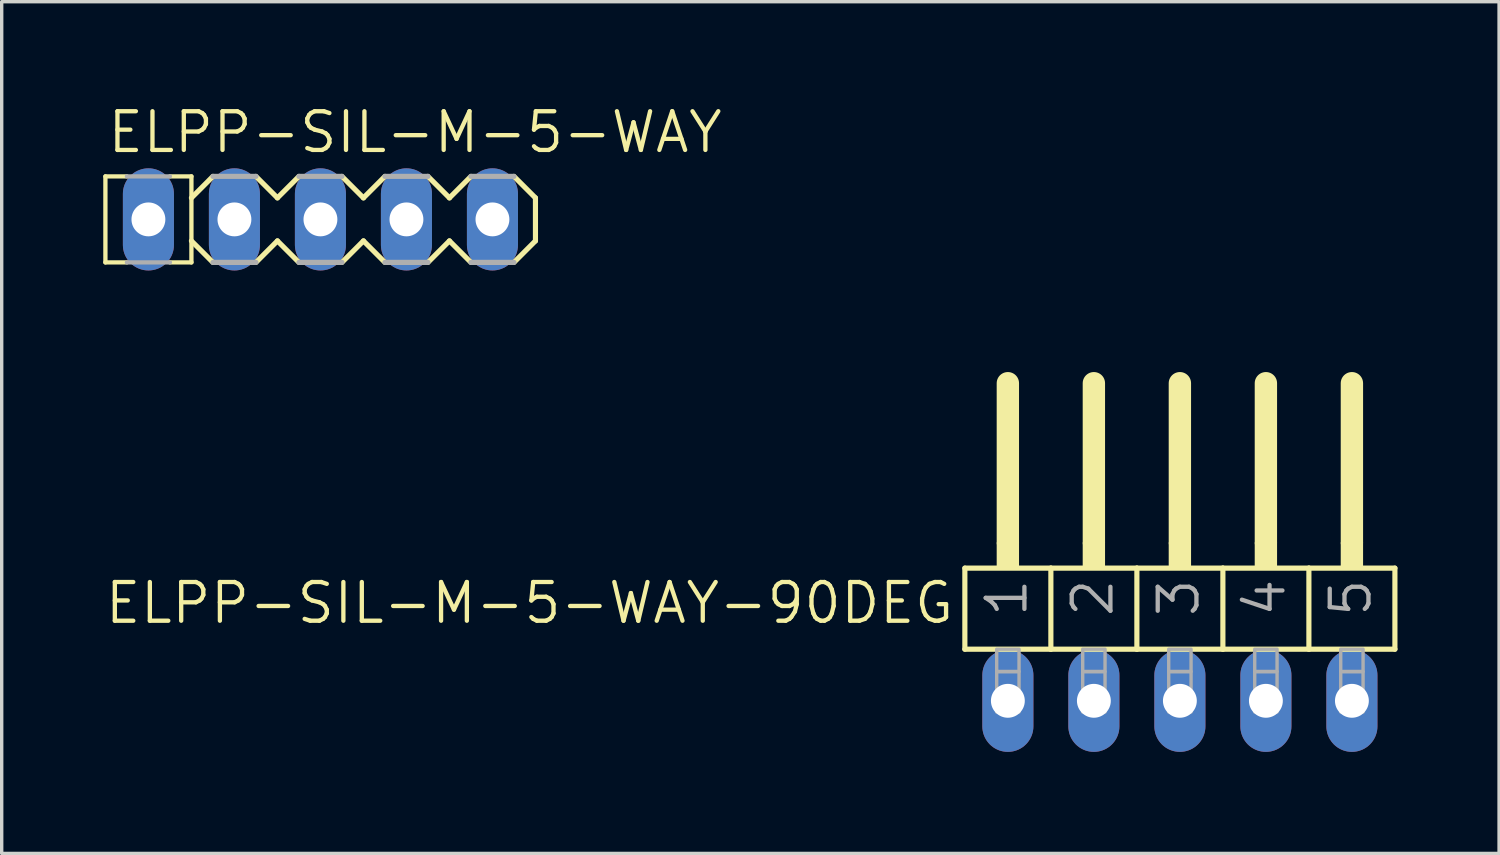
<source format=kicad_pcb>
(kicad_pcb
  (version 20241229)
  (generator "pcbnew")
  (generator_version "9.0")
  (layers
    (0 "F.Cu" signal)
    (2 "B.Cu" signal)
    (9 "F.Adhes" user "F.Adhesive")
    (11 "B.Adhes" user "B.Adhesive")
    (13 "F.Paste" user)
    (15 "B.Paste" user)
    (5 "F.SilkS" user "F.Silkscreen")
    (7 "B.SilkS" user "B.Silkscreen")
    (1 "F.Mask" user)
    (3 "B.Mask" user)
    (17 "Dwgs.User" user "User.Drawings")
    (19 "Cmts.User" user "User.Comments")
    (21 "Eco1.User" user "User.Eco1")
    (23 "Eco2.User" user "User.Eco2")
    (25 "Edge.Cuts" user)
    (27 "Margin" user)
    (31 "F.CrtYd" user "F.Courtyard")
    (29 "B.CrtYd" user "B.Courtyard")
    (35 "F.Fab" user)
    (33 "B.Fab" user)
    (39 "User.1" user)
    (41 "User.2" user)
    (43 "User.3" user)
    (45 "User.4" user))
  (footprint "ELPP-SIL-M-5-WAY"
    (layer "F.Cu")
    (at 6.413 3.429)
    (property "Reference" "ELPP-SIL-M-5-WAY" (at -6.35 -1.905 0) (unlocked yes) (layer "F.SilkS") (effects (font (size 1.143 1.143) (thickness 0.127)) (justify left bottom)))
    (fp_line (start -6.35 -1.27) (end -6.35 1.27) (stroke (width 0.127) (type solid)) (layer "F.SilkS"))
    (fp_line (start -6.35 -1.27) (end -5.715 -1.27) (stroke (width 0.127) (type solid)) (layer "F.SilkS"))
    (fp_line (start -6.35 1.27) (end -5.715 1.27) (stroke (width 0.127) (type solid)) (layer "F.SilkS"))
    (fp_line (start -3.81 -1.27) (end -4.445 -1.27) (stroke (width 0.127) (type solid)) (layer "F.SilkS"))
    (fp_line (start -3.81 -1.27) (end -3.81 1.27) (stroke (width 0.127) (type solid)) (layer "F.SilkS"))
    (fp_line (start -3.81 -0.635) (end -3.175 -1.27) (stroke (width 0.152) (type solid)) (layer "F.SilkS"))
    (fp_line (start -3.81 1.27) (end -4.445 1.27) (stroke (width 0.127) (type solid)) (layer "F.SilkS"))
    (fp_line (start -3.175 1.27) (end -3.81 0.635) (stroke (width 0.152) (type solid)) (layer "F.SilkS"))
    (fp_line (start -1.905 -1.27) (end -1.27 -0.635) (stroke (width 0.152) (type solid)) (layer "F.SilkS"))
    (fp_line (start -1.27 -0.635) (end -0.635 -1.27) (stroke (width 0.152) (type solid)) (layer "F.SilkS"))
    (fp_line (start -1.27 0.635) (end -1.905 1.27) (stroke (width 0.152) (type solid)) (layer "F.SilkS"))
    (fp_line (start -0.635 1.27) (end -1.27 0.635) (stroke (width 0.152) (type solid)) (layer "F.SilkS"))
    (fp_line (start 0.635 -1.27) (end 1.27 -0.635) (stroke (width 0.152) (type solid)) (layer "F.SilkS"))
    (fp_line (start 1.27 0.635) (end 0.635 1.27) (stroke (width 0.152) (type solid)) (layer "F.SilkS"))
    (fp_line (start 1.27 0.635) (end 1.905 1.27) (stroke (width 0.152) (type solid)) (layer "F.SilkS"))
    (fp_line (start 1.905 -1.27) (end 1.27 -0.635) (stroke (width 0.152) (type solid)) (layer "F.SilkS"))
    (fp_line (start 3.175 -1.27) (end 3.81 -0.635) (stroke (width 0.152) (type solid)) (layer "F.SilkS"))
    (fp_line (start 3.81 -0.635) (end 4.445 -1.27) (stroke (width 0.152) (type solid)) (layer "F.SilkS"))
    (fp_line (start 3.81 0.635) (end 3.175 1.27) (stroke (width 0.152) (type solid)) (layer "F.SilkS"))
    (fp_line (start 4.445 1.27) (end 3.81 0.635) (stroke (width 0.152) (type solid)) (layer "F.SilkS"))
    (fp_line (start 5.715 -1.27) (end 6.35 -0.635) (stroke (width 0.152) (type solid)) (layer "F.SilkS"))
    (fp_line (start 6.35 -0.635) (end 6.35 0.635) (stroke (width 0.152) (type solid)) (layer "F.SilkS"))
    (fp_line (start 6.35 0.635) (end 5.715 1.27) (stroke (width 0.152) (type solid)) (layer "F.SilkS"))
    (fp_line (start -5.715 -1.27) (end -4.445 -1.27) (stroke (width 0.127) (type solid)) (layer "F.Fab"))
    (fp_line (start -5.715 1.27) (end -4.445 1.27) (stroke (width 0.127) (type solid)) (layer "F.Fab"))
    (fp_line (start -3.175 -1.27) (end -1.905 -1.27) (stroke (width 0.152) (type solid)) (layer "F.Fab"))
    (fp_line (start -1.905 1.27) (end -3.175 1.27) (stroke (width 0.152) (type solid)) (layer "F.Fab"))
    (fp_line (start -0.635 -1.27) (end 0.635 -1.27) (stroke (width 0.152) (type solid)) (layer "F.Fab"))
    (fp_line (start 0.635 1.27) (end -0.635 1.27) (stroke (width 0.152) (type solid)) (layer "F.Fab"))
    (fp_line (start 1.905 -1.27) (end 3.175 -1.27) (stroke (width 0.152) (type solid)) (layer "F.Fab"))
    (fp_line (start 3.175 1.27) (end 1.905 1.27) (stroke (width 0.152) (type solid)) (layer "F.Fab"))
    (fp_line (start 4.445 -1.27) (end 5.715 -1.27) (stroke (width 0.152) (type solid)) (layer "F.Fab"))
    (fp_line (start 5.715 1.27) (end 4.445 1.27) (stroke (width 0.152) (type solid)) (layer "F.Fab"))
    (fp_poly (pts (xy -5.334 0.254) (xy -4.826 0.254) (xy -4.826 -0.254) (xy -5.334 -0.254)) (stroke (width 0.1) (type default)) (fill no) (layer "F.Fab"))
    (fp_poly (pts (xy -2.794 0.254) (xy -2.286 0.254) (xy -2.286 -0.254) (xy -2.794 -0.254)) (stroke (width 0.1) (type default)) (fill no) (layer "F.Fab"))
    (fp_poly (pts (xy -0.254 0.254) (xy 0.254 0.254) (xy 0.254 -0.254) (xy -0.254 -0.254)) (stroke (width 0.1) (type default)) (fill no) (layer "F.Fab"))
    (fp_poly (pts (xy 2.286 0.254) (xy 2.794 0.254) (xy 2.794 -0.254) (xy 2.286 -0.254)) (stroke (width 0.1) (type default)) (fill no) (layer "F.Fab"))
    (fp_poly (pts (xy 4.826 0.254) (xy 5.334 0.254) (xy 5.334 -0.254) (xy 4.826 -0.254)) (stroke (width 0.1) (type default)) (fill no) (layer "F.Fab"))
    (pad "1" thru_hole oval (at -5.08 0 90) (size 3.016 1.508) (drill 1) (layers "*.Cu" "*.Mask"))
    (pad "2" thru_hole oval (at -2.54 0 90) (size 3.016 1.508) (drill 1) (layers "*.Cu" "*.Mask"))
    (pad "3" thru_hole oval (at 0 0 90) (size 3.016 1.508) (drill 1) (layers "*.Cu" "*.Mask"))
    (pad "4" thru_hole oval (at 2.54 0 90) (size 3.016 1.508) (drill 1) (layers "*.Cu" "*.Mask"))
    (pad "5" thru_hole oval (at 5.08 0 90) (size 3.016 1.508) (drill 1) (layers "*.Cu" "*.Mask")))
  (footprint "ELPP-SIL-M-5-WAY-90DEG"
    (layer "F.Cu")
    (at 31.794 17.646)
    (property "Reference" "ELPP-SIL-M-5-WAY-90DEG" (at -6.604 -3.556 0) (unlocked yes) (layer "F.SilkS") (effects (font (size 1.143 1.143) (thickness 0.127)) (justify right top)))
    (fp_line (start -6.35 -3.918) (end -3.81 -3.918) (stroke (width 0.152) (type solid)) (layer "F.SilkS"))
    (fp_line (start -6.35 -1.524) (end -6.35 -3.918) (stroke (width 0.152) (type solid)) (layer "F.SilkS"))
    (fp_line (start -5.08 -4.68) (end -5.08 -9.379) (stroke (width 0.66) (type solid)) (layer "F.SilkS"))
    (fp_line (start -3.81 -3.918) (end -1.27 -3.918) (stroke (width 0.152) (type solid)) (layer "F.SilkS"))
    (fp_line (start -3.81 -1.524) (end -6.35 -1.524) (stroke (width 0.152) (type solid)) (layer "F.SilkS"))
    (fp_line (start -3.81 -1.524) (end -3.81 -3.918) (stroke (width 0.152) (type solid)) (layer "F.SilkS"))
    (fp_line (start -3.81 -1.524) (end -1.27 -1.524) (stroke (width 0.152) (type solid)) (layer "F.SilkS"))
    (fp_line (start -2.54 -4.68) (end -2.54 -9.379) (stroke (width 0.66) (type solid)) (layer "F.SilkS"))
    (fp_line (start -1.27 -3.918) (end 1.27 -3.918) (stroke (width 0.152) (type solid)) (layer "F.SilkS"))
    (fp_line (start -1.27 -1.524) (end -1.27 -3.918) (stroke (width 0.152) (type solid)) (layer "F.SilkS"))
    (fp_line (start 0 -4.68) (end 0 -9.379) (stroke (width 0.66) (type solid)) (layer "F.SilkS"))
    (fp_line (start 1.27 -3.918) (end 3.81 -3.918) (stroke (width 0.152) (type solid)) (layer "F.SilkS"))
    (fp_line (start 1.27 -1.524) (end -1.27 -1.524) (stroke (width 0.152) (type solid)) (layer "F.SilkS"))
    (fp_line (start 1.27 -1.524) (end 1.27 -3.918) (stroke (width 0.152) (type solid)) (layer "F.SilkS"))
    (fp_line (start 2.54 -4.68) (end 2.54 -9.379) (stroke (width 0.66) (type solid)) (layer "F.SilkS"))
    (fp_line (start 3.81 -3.918) (end 6.35 -3.918) (stroke (width 0.152) (type solid)) (layer "F.SilkS"))
    (fp_line (start 3.81 -1.524) (end 1.27 -1.524) (stroke (width 0.152) (type solid)) (layer "F.SilkS"))
    (fp_line (start 3.81 -1.524) (end 3.81 -3.918) (stroke (width 0.152) (type solid)) (layer "F.SilkS"))
    (fp_line (start 5.08 -4.68) (end 5.08 -9.379) (stroke (width 0.66) (type solid)) (layer "F.SilkS"))
    (fp_line (start 6.35 -1.524) (end 3.81 -1.524) (stroke (width 0.152) (type solid)) (layer "F.SilkS"))
    (fp_line (start 6.35 -1.524) (end 6.35 -3.918) (stroke (width 0.152) (type solid)) (layer "F.SilkS"))
    (fp_poly (pts (xy -5.41 -3.918) (xy -4.75 -3.918) (xy -4.75 -4.68) (xy -5.41 -4.68)) (stroke (width 0) (type default)) (fill yes) (layer "F.SilkS"))
    (fp_poly (pts (xy -2.87 -3.918) (xy -2.21 -3.918) (xy -2.21 -4.68) (xy -2.87 -4.68)) (stroke (width 0) (type default)) (fill yes) (layer "F.SilkS"))
    (fp_poly (pts (xy -0.33 -3.918) (xy 0.33 -3.918) (xy 0.33 -4.68) (xy -0.33 -4.68)) (stroke (width 0) (type default)) (fill yes) (layer "F.SilkS"))
    (fp_poly (pts (xy 2.21 -3.918) (xy 2.87 -3.918) (xy 2.87 -4.68) (xy 2.21 -4.68)) (stroke (width 0) (type default)) (fill yes) (layer "F.SilkS"))
    (fp_poly (pts (xy 4.75 -3.918) (xy 5.41 -3.918) (xy 5.41 -4.68) (xy 4.75 -4.68)) (stroke (width 0) (type default)) (fill yes) (layer "F.SilkS"))
    (fp_poly (pts (xy -5.41 -0.864) (xy -4.75 -0.864) (xy -4.75 -1.524) (xy -5.41 -1.524)) (stroke (width 0.1) (type default)) (fill no) (layer "F.Fab"))
    (fp_poly (pts (xy -5.41 0.33) (xy -4.75 0.33) (xy -4.75 -0.864) (xy -5.41 -0.864)) (stroke (width 0.1) (type default)) (fill no) (layer "F.Fab"))
    (fp_poly (pts (xy -2.87 -0.864) (xy -2.21 -0.864) (xy -2.21 -1.524) (xy -2.87 -1.524)) (stroke (width 0.1) (type default)) (fill no) (layer "F.Fab"))
    (fp_poly (pts (xy -2.87 0.33) (xy -2.21 0.33) (xy -2.21 -0.864) (xy -2.87 -0.864)) (stroke (width 0.1) (type default)) (fill no) (layer "F.Fab"))
    (fp_poly (pts (xy -0.33 -0.864) (xy 0.33 -0.864) (xy 0.33 -1.524) (xy -0.33 -1.524)) (stroke (width 0.1) (type default)) (fill no) (layer "F.Fab"))
    (fp_poly (pts (xy -0.33 0.33) (xy 0.33 0.33) (xy 0.33 -0.864) (xy -0.33 -0.864)) (stroke (width 0.1) (type default)) (fill no) (layer "F.Fab"))
    (fp_poly (pts (xy 2.21 -0.864) (xy 2.87 -0.864) (xy 2.87 -1.524) (xy 2.21 -1.524)) (stroke (width 0.1) (type default)) (fill no) (layer "F.Fab"))
    (fp_poly (pts (xy 2.21 0.33) (xy 2.87 0.33) (xy 2.87 -0.864) (xy 2.21 -0.864)) (stroke (width 0.1) (type default)) (fill no) (layer "F.Fab"))
    (fp_poly (pts (xy 4.75 -0.864) (xy 5.41 -0.864) (xy 5.41 -1.524) (xy 4.75 -1.524)) (stroke (width 0.1) (type default)) (fill no) (layer "F.Fab"))
    (fp_poly (pts (xy 4.75 0.33) (xy 5.41 0.33) (xy 5.41 -0.864) (xy 4.75 -0.864)) (stroke (width 0.1) (type default)) (fill no) (layer "F.Fab"))
    (fp_text user "2" (at -1.905 -2.413 90) (layer "F.Fab") (effects (font (size 1.143 1.143) (thickness 0.127)) (justify left bottom)))
    (fp_text user "4" (at 3.175 -2.413 90) (layer "F.Fab") (effects (font (size 1.143 1.143) (thickness 0.127)) (justify left bottom)))
    (fp_text user "5" (at 5.715 -2.413 90) (layer "F.Fab") (effects (font (size 1.143 1.143) (thickness 0.127)) (justify left bottom)))
    (fp_text user "1" (at -4.445 -2.413 90) (layer "F.Fab") (effects (font (size 1.143 1.143) (thickness 0.127)) (justify left bottom)))
    (fp_text user "3" (at 0.635 -2.413 90) (layer "F.Fab") (effects (font (size 1.143 1.143) (thickness 0.127)) (justify left bottom)))
    (pad "1" thru_hole oval (at -5.08 0 90) (size 3.016 1.508) (drill 1) (layers "*.Cu" "*.Mask"))
    (pad "2" thru_hole oval (at -2.54 0 90) (size 3.016 1.508) (drill 1) (layers "*.Cu" "*.Mask"))
    (pad "3" thru_hole oval (at 0 0 90) (size 3.016 1.508) (drill 1) (layers "*.Cu" "*.Mask"))
    (pad "4" thru_hole oval (at 2.54 0 90) (size 3.016 1.508) (drill 1) (layers "*.Cu" "*.Mask"))
    (pad "5" thru_hole oval (at 5.08 0 90) (size 3.016 1.508) (drill 1) (layers "*.Cu" "*.Mask")))
  (gr_rect
    (start -3 -3)
    (end 41.22 22.154)
    (stroke (width 0.1) (type default))
    (fill no)
    (layer "Edge.Cuts")))
</source>
